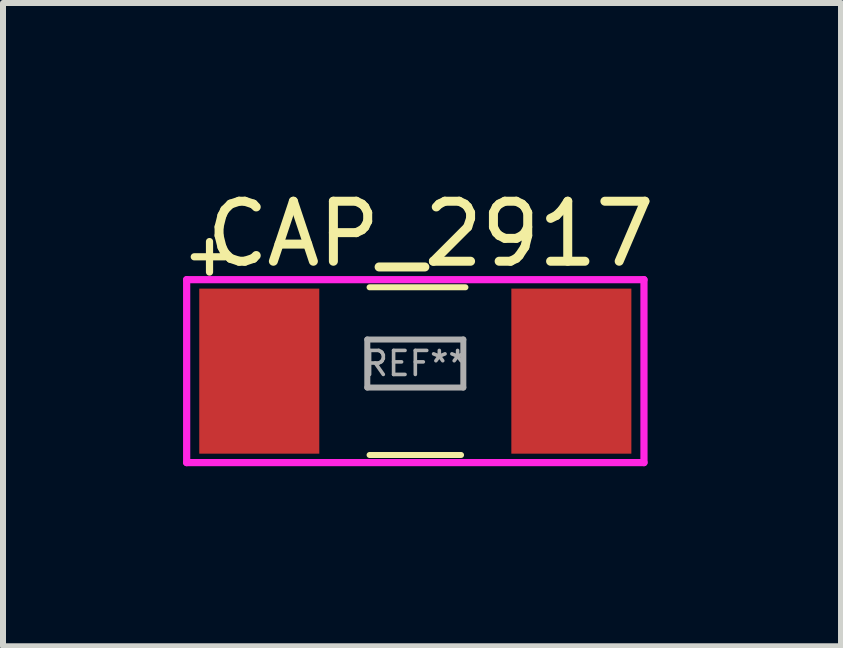
<source format=kicad_pcb>
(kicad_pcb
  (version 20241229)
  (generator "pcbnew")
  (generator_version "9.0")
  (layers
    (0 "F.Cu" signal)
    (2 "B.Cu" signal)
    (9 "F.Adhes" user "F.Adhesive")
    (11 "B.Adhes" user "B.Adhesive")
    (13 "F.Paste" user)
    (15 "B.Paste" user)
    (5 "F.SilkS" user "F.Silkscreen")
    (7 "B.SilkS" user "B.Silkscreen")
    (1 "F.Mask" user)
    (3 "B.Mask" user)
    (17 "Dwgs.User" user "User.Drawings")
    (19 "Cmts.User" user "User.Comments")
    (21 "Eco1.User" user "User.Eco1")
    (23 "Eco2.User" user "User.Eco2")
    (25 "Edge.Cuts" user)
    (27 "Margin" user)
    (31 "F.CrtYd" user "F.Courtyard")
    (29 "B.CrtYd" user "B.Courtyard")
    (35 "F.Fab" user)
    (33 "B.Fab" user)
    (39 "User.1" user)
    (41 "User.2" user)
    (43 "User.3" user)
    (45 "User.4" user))
  (footprint "CAP_2917"
    (layer "F.Cu")
    (at 3.87 3.134)
    (property "Reference" "CAP_2917" (at 0.254 -2.286 0) (layer "F.SilkS") (effects (font (size 1 1) (thickness 0.15))))
    (attr through_hole)
    (fp_line (start -3.683 -1.905) (end -3.175 -1.905) (stroke (width 0.12) (type solid)) (layer "F.SilkS"))
    (fp_line (start -3.429 -2.159) (end -3.429 -1.651) (stroke (width 0.12) (type solid)) (layer "F.SilkS"))
    (fp_line (start -0.762 -1.397) (end 0.835 -1.397) (stroke (width 0.1) (type solid)) (layer "F.SilkS"))
    (fp_line (start -0.762 1.397) (end 0.762 1.397) (stroke (width 0.1) (type solid)) (layer "F.SilkS"))
    (fp_line (start -3.81 -1.524) (end -3.81 1.524) (stroke (width 0.12) (type solid)) (layer "F.CrtYd"))
    (fp_line (start -3.81 -1.524) (end 3.81 -1.524) (stroke (width 0.12) (type solid)) (layer "F.CrtYd"))
    (fp_line (start -3.81 1.524) (end 3.81 1.524) (stroke (width 0.12) (type solid)) (layer "F.CrtYd"))
    (fp_line (start 3.81 -1.524) (end 3.81 1.524) (stroke (width 0.12) (type solid)) (layer "F.CrtYd"))
    (fp_line (start -0.8 -0.527) (end -0.8 0.273) (stroke (width 0.1) (type solid)) (layer "F.Fab"))
    (fp_line (start 0.8 -0.527) (end -0.8 -0.527) (stroke (width 0.1) (type solid)) (layer "F.Fab"))
    (fp_line (start 0.8 -0.527) (end 0.8 0.273) (stroke (width 0.1) (type solid)) (layer "F.Fab"))
    (fp_line (start 0.8 0.273) (end -0.8 0.273) (stroke (width 0.1) (type solid)) (layer "F.Fab"))
    (fp_text user "REF**" (at 0 -0.127 0) (layer "F.Fab") (effects (font (size 0.4 0.4) (thickness 0.06))))
    (pad "1" smd rect (at -2.6 0) (size 2 2.75) (layers "F.Cu" "F.Mask" "F.Paste"))
    (pad "2" smd rect (at 2.6 0) (size 2 2.75) (layers "F.Cu" "F.Mask" "F.Paste")))
  (gr_rect
    (start -3 -3)
    (end 10.963 7.718)
    (stroke (width 0.1) (type default))
    (fill no)
    (layer "Edge.Cuts")))
</source>
